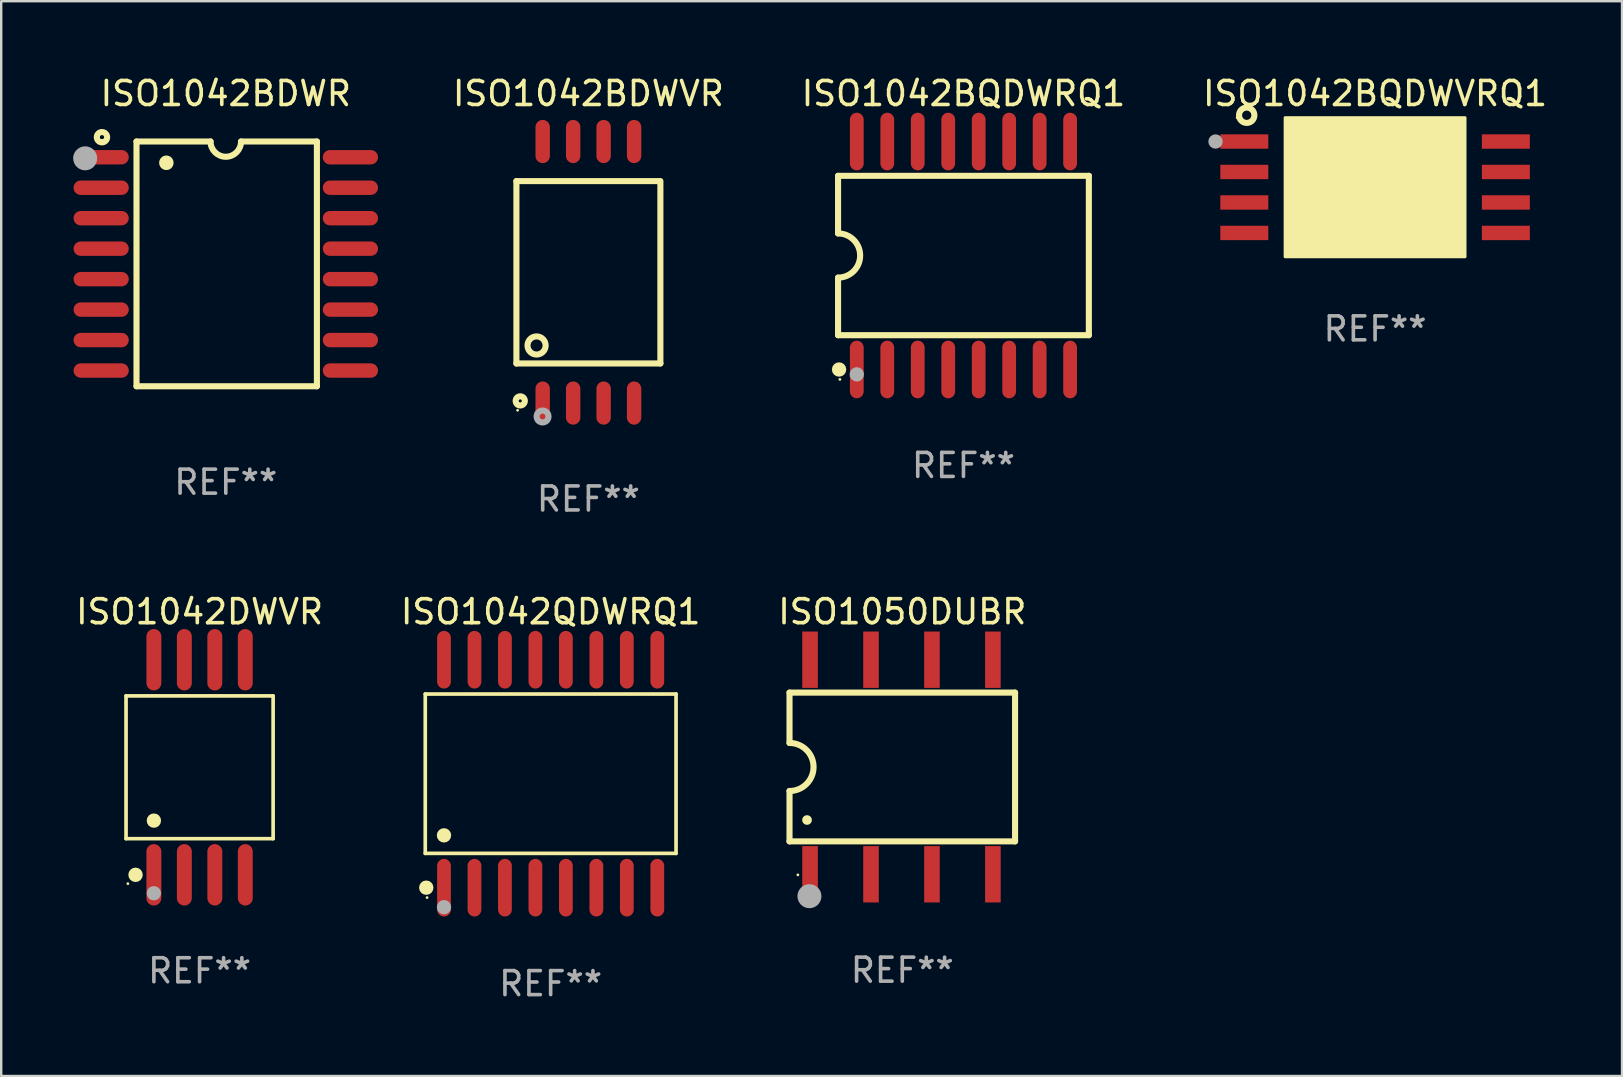
<source format=kicad_pcb>
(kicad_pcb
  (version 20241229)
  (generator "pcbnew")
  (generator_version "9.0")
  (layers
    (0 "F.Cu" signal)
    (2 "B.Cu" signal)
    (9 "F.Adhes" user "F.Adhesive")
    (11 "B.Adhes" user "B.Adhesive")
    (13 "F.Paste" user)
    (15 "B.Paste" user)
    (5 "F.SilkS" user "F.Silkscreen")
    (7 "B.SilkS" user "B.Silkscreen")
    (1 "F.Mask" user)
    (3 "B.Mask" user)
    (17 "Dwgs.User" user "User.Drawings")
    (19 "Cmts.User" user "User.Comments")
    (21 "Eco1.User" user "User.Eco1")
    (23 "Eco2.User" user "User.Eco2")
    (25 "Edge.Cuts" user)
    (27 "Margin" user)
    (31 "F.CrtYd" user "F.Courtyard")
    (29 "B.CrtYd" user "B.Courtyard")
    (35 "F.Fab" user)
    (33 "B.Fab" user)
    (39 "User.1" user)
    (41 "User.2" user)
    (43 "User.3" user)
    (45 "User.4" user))
  (footprint "ISO1042DWVR"
    (layer "F.Cu")
    (at 5.268 28.927)
    (property "Reference" "ISO1042DWVR" (at 0 -6.482 0) (layer "F.SilkS") (effects (font (size 1 1) (thickness 0.15))))
    (attr through_hole)
    (fp_line (start -3.065 -2.975) (end 3.065 -2.975) (stroke (width 0.152) (type solid)) (layer "F.SilkS"))
    (fp_line (start -3.065 2.975) (end -3.065 -2.975) (stroke (width 0.152) (type solid)) (layer "F.SilkS"))
    (fp_line (start 3.065 -2.975) (end 3.065 2.975) (stroke (width 0.152) (type solid)) (layer "F.SilkS"))
    (fp_line (start 3.065 2.975) (end -3.065 2.975) (stroke (width 0.152) (type solid)) (layer "F.SilkS"))
    (fp_circle (center -2.989 4.85) (end -2.959 4.85) (stroke (width 0.06) (type solid)) (fill no) (layer "F.SilkS"))
    (fp_circle (center -2.669 4.482) (end -2.518 4.482) (stroke (width 0.3) (type solid)) (fill no) (layer "F.SilkS"))
    (fp_circle (center -1.905 2.223) (end -1.755 2.223) (stroke (width 0.3) (type solid)) (fill no) (layer "F.SilkS"))
    (fp_circle (center -1.905 5.25) (end -1.755 5.25) (stroke (width 0.3) (type solid)) (fill no) (layer "F.Fab"))
    (fp_text user "REF**" (at 0 8.482 0) (layer "F.Fab") (effects (font (size 1 1) (thickness 0.15))))
    (pad "1" smd oval (at -1.905 4.482) (size 0.622 2.558) (layers "F.Cu" "F.Mask" "F.Paste"))
    (pad "2" smd oval (at -0.635 4.482) (size 0.622 2.558) (layers "F.Cu" "F.Mask" "F.Paste"))
    (pad "3" smd oval (at 0.635 4.482) (size 0.622 2.558) (layers "F.Cu" "F.Mask" "F.Paste"))
    (pad "4" smd oval (at 1.905 4.482) (size 0.622 2.558) (layers "F.Cu" "F.Mask" "F.Paste"))
    (pad "5" smd oval (at 1.905 -4.482) (size 0.622 2.558) (layers "F.Cu" "F.Mask" "F.Paste"))
    (pad "6" smd oval (at 0.635 -4.482) (size 0.622 2.558) (layers "F.Cu" "F.Mask" "F.Paste"))
    (pad "7" smd oval (at -0.635 -4.482) (size 0.622 2.558) (layers "F.Cu" "F.Mask" "F.Paste"))
    (pad "8" smd oval (at -1.905 -4.482) (size 0.622 2.558) (layers "F.Cu" "F.Mask" "F.Paste")))
  (footprint "ISO1042QDWRQ1"
    (layer "F.Cu")
    (at 19.899 29.195)
    (property "Reference" "ISO1042QDWRQ1" (at 0 -6.75 0) (layer "F.SilkS") (effects (font (size 1 1) (thickness 0.15))))
    (attr through_hole)
    (fp_line (start -5.226 -3.321) (end 5.226 -3.321) (stroke (width 0.152) (type solid)) (layer "F.SilkS"))
    (fp_line (start -5.226 3.321) (end -5.226 -3.321) (stroke (width 0.152) (type solid)) (layer "F.SilkS"))
    (fp_line (start 5.226 -3.321) (end 5.226 3.321) (stroke (width 0.152) (type solid)) (layer "F.SilkS"))
    (fp_line (start 5.226 3.321) (end -5.226 3.321) (stroke (width 0.152) (type solid)) (layer "F.SilkS"))
    (fp_circle (center -5.184 4.75) (end -5.034 4.75) (stroke (width 0.3) (type solid)) (fill no) (layer "F.SilkS"))
    (fp_circle (center -5.15 5.163) (end -5.12 5.163) (stroke (width 0.06) (type solid)) (fill no) (layer "F.SilkS"))
    (fp_circle (center -4.445 2.569) (end -4.295 2.569) (stroke (width 0.3) (type solid)) (fill no) (layer "F.SilkS"))
    (fp_circle (center -4.445 5.563) (end -4.295 5.563) (stroke (width 0.3) (type solid)) (fill no) (layer "F.Fab"))
    (fp_text user "REF**" (at 0 8.75 0) (layer "F.Fab") (effects (font (size 1 1) (thickness 0.15))))
    (pad "1" smd oval (at -4.445 4.75) (size 0.574 2.401) (layers "F.Cu" "F.Mask" "F.Paste"))
    (pad "2" smd oval (at -3.175 4.75) (size 0.574 2.401) (layers "F.Cu" "F.Mask" "F.Paste"))
    (pad "3" smd oval (at -1.905 4.75) (size 0.574 2.401) (layers "F.Cu" "F.Mask" "F.Paste"))
    (pad "4" smd oval (at -0.635 4.75) (size 0.574 2.401) (layers "F.Cu" "F.Mask" "F.Paste"))
    (pad "5" smd oval (at 0.635 4.75) (size 0.574 2.401) (layers "F.Cu" "F.Mask" "F.Paste"))
    (pad "6" smd oval (at 1.905 4.75) (size 0.574 2.401) (layers "F.Cu" "F.Mask" "F.Paste"))
    (pad "7" smd oval (at 3.175 4.75) (size 0.574 2.401) (layers "F.Cu" "F.Mask" "F.Paste"))
    (pad "8" smd oval (at 4.445 4.75) (size 0.574 2.401) (layers "F.Cu" "F.Mask" "F.Paste"))
    (pad "9" smd oval (at 4.445 -4.75) (size 0.574 2.401) (layers "F.Cu" "F.Mask" "F.Paste"))
    (pad "10" smd oval (at 3.175 -4.75) (size 0.574 2.401) (layers "F.Cu" "F.Mask" "F.Paste"))
    (pad "11" smd oval (at 1.905 -4.75) (size 0.574 2.401) (layers "F.Cu" "F.Mask" "F.Paste"))
    (pad "12" smd oval (at 0.635 -4.75) (size 0.574 2.401) (layers "F.Cu" "F.Mask" "F.Paste"))
    (pad "13" smd oval (at -0.635 -4.75) (size 0.574 2.401) (layers "F.Cu" "F.Mask" "F.Paste"))
    (pad "14" smd oval (at -1.905 -4.75) (size 0.574 2.401) (layers "F.Cu" "F.Mask" "F.Paste"))
    (pad "15" smd oval (at -3.175 -4.75) (size 0.574 2.401) (layers "F.Cu" "F.Mask" "F.Paste"))
    (pad "16" smd oval (at -4.445 -4.75) (size 0.574 2.401) (layers "F.Cu" "F.Mask" "F.Paste")))
  (footprint "ISO1042BQDWRQ1"
    (layer "F.Cu")
    (at 37.103 7.599)
    (property "Reference" "ISO1042BQDWRQ1" (at 0 -6.75 0) (layer "F.SilkS") (effects (font (size 1 1) (thickness 0.15))))
    (attr through_hole)
    (fp_line (start -5.226 -3.321) (end -5.226 -0.921) (stroke (width 0.254) (type solid)) (layer "F.SilkS"))
    (fp_line (start -5.226 -3.321) (end 5.226 -3.321) (stroke (width 0.254) (type solid)) (layer "F.SilkS"))
    (fp_line (start -5.226 3.321) (end -5.226 0.921) (stroke (width 0.254) (type solid)) (layer "F.SilkS"))
    (fp_line (start 5.226 -3.321) (end 5.226 3.321) (stroke (width 0.254) (type solid)) (layer "F.SilkS"))
    (fp_line (start 5.226 3.321) (end -5.226 3.321) (stroke (width 0.254) (type solid)) (layer "F.SilkS"))
    (fp_arc (start -5.226594 -0.920751) (mid -4.305538 0.000127) (end -5.226238 0.921361) (stroke (width 0.254001) (type solid)) (layer "F.SilkS"))
    (fp_circle (center -5.184 4.75) (end -5.034 4.75) (stroke (width 0.3) (type solid)) (fill no) (layer "F.SilkS"))
    (fp_circle (center -5.15 5.163) (end -5.12 5.163) (stroke (width 0.06) (type solid)) (fill no) (layer "F.SilkS"))
    (fp_circle (center -4.445 4.953) (end -4.295 4.953) (stroke (width 0.3) (type solid)) (fill no) (layer "F.Fab"))
    (fp_text user "REF**" (at 0 8.75 0) (layer "F.Fab") (effects (font (size 1 1) (thickness 0.15))))
    (pad "1" smd oval (at -4.445 4.75) (size 0.574 2.401) (layers "F.Cu" "F.Mask" "F.Paste"))
    (pad "2" smd oval (at -3.175 4.75) (size 0.574 2.401) (layers "F.Cu" "F.Mask" "F.Paste"))
    (pad "3" smd oval (at -1.905 4.75) (size 0.574 2.401) (layers "F.Cu" "F.Mask" "F.Paste"))
    (pad "4" smd oval (at -0.635 4.75) (size 0.574 2.401) (layers "F.Cu" "F.Mask" "F.Paste"))
    (pad "5" smd oval (at 0.635 4.75) (size 0.574 2.401) (layers "F.Cu" "F.Mask" "F.Paste"))
    (pad "6" smd oval (at 1.905 4.75) (size 0.574 2.401) (layers "F.Cu" "F.Mask" "F.Paste"))
    (pad "7" smd oval (at 3.175 4.75) (size 0.574 2.401) (layers "F.Cu" "F.Mask" "F.Paste"))
    (pad "8" smd oval (at 4.445 4.75) (size 0.574 2.401) (layers "F.Cu" "F.Mask" "F.Paste"))
    (pad "9" smd oval (at 4.445 -4.75) (size 0.574 2.401) (layers "F.Cu" "F.Mask" "F.Paste"))
    (pad "10" smd oval (at 3.175 -4.75) (size 0.574 2.401) (layers "F.Cu" "F.Mask" "F.Paste"))
    (pad "11" smd oval (at 1.905 -4.75) (size 0.574 2.401) (layers "F.Cu" "F.Mask" "F.Paste"))
    (pad "12" smd oval (at 0.635 -4.75) (size 0.574 2.401) (layers "F.Cu" "F.Mask" "F.Paste"))
    (pad "13" smd oval (at -0.635 -4.75) (size 0.574 2.401) (layers "F.Cu" "F.Mask" "F.Paste"))
    (pad "14" smd oval (at -1.905 -4.75) (size 0.574 2.401) (layers "F.Cu" "F.Mask" "F.Paste"))
    (pad "15" smd oval (at -3.175 -4.75) (size 0.574 2.401) (layers "F.Cu" "F.Mask" "F.Paste"))
    (pad "16" smd oval (at -4.445 -4.75) (size 0.574 2.401) (layers "F.Cu" "F.Mask" "F.Paste")))
  (footprint "ISO1042BDWR"
    (layer "F.Cu")
    (at 6.36 7.948)
    (property "Reference" "ISO1042BDWR" (at 0 -7.1 0) (layer "F.SilkS") (effects (font (size 1 1) (thickness 0.15))))
    (attr through_hole)
    (fp_line (start -3.721 -5.1) (end -3.721 5.1) (stroke (width 0.254) (type solid)) (layer "F.SilkS"))
    (fp_line (start -3.721 -5.1) (end -0.635 -5.1) (stroke (width 0.254) (type solid)) (layer "F.SilkS"))
    (fp_line (start -3.721 5.1) (end 3.797 5.1) (stroke (width 0.254) (type solid)) (layer "F.SilkS"))
    (fp_line (start 3.797 -5.1) (end 0.635 -5.1) (stroke (width 0.254) (type solid)) (layer "F.SilkS"))
    (fp_line (start 3.797 5.1) (end 3.797 -5.1) (stroke (width 0.254) (type solid)) (layer "F.SilkS"))
    (fp_arc (start -2.476556 -4.211328) (mid -2.476567 -4.213868) (end -2.476556 -4.216408) (stroke (width 0.6) (type solid)) (layer "F.SilkS"))
    (fp_arc (start 0.63495 -5.100076) (mid -0.000178 -4.465329) (end -0.635052 -5.10033) (stroke (width 0.254001) (type solid)) (layer "F.SilkS"))
    (fp_circle (center -5.16 -5.28) (end -4.945 -5.28) (stroke (width 0.254) (type solid)) (fill no) (layer "F.SilkS"))
    (fp_circle (center -5.15 -5.15) (end -5.12 -5.15) (stroke (width 0.06) (type solid)) (fill no) (layer "F.SilkS"))
    (fp_circle (center -5.86 -4.4) (end -5.61 -4.4) (stroke (width 0.5) (type solid)) (fill no) (layer "F.Fab"))
    (fp_text user "REF**" (at 0 9.1 0) (layer "F.Fab") (effects (font (size 1 1) (thickness 0.15))))
    (pad "1" smd oval (at -5.194 -4.445) (size 2.3 0.6) (layers "F.Cu" "F.Mask" "F.Paste"))
    (pad "2" smd oval (at -5.194 -3.175) (size 2.3 0.6) (layers "F.Cu" "F.Mask" "F.Paste"))
    (pad "3" smd oval (at -5.194 -1.905) (size 2.3 0.6) (layers "F.Cu" "F.Mask" "F.Paste"))
    (pad "4" smd oval (at -5.194 -0.635) (size 2.3 0.6) (layers "F.Cu" "F.Mask" "F.Paste"))
    (pad "5" smd oval (at -5.194 0.635) (size 2.3 0.6) (layers "F.Cu" "F.Mask" "F.Paste"))
    (pad "6" smd oval (at -5.194 1.905) (size 2.3 0.6) (layers "F.Cu" "F.Mask" "F.Paste"))
    (pad "7" smd oval (at -5.194 3.175) (size 2.3 0.6) (layers "F.Cu" "F.Mask" "F.Paste"))
    (pad "8" smd oval (at -5.194 4.445) (size 2.3 0.6) (layers "F.Cu" "F.Mask" "F.Paste"))
    (pad "9" smd oval (at 5.194 4.445) (size 2.3 0.6) (layers "F.Cu" "F.Mask" "F.Paste"))
    (pad "10" smd oval (at 5.194 3.175) (size 2.3 0.6) (layers "F.Cu" "F.Mask" "F.Paste"))
    (pad "11" smd oval (at 5.194 1.905) (size 2.3 0.6) (layers "F.Cu" "F.Mask" "F.Paste"))
    (pad "12" smd oval (at 5.194 0.635) (size 2.3 0.6) (layers "F.Cu" "F.Mask" "F.Paste"))
    (pad "13" smd oval (at 5.194 -0.635) (size 2.3 0.6) (layers "F.Cu" "F.Mask" "F.Paste"))
    (pad "14" smd oval (at 5.194 -1.905) (size 2.3 0.6) (layers "F.Cu" "F.Mask" "F.Paste"))
    (pad "15" smd oval (at 5.194 -3.175) (size 2.3 0.6) (layers "F.Cu" "F.Mask" "F.Paste"))
    (pad "16" smd oval (at 5.194 -4.445) (size 2.3 0.6) (layers "F.Cu" "F.Mask" "F.Paste")))
  (footprint "ISO1042BQDWVRQ1"
    (layer "F.Cu")
    (at 54.258 4.753)
    (property "Reference" "ISO1042BQDWVRQ1" (at 0 -3.905 0) (layer "F.SilkS") (effects (font (size 1 1) (thickness 0.15))))
    (attr through_hole)
    (fp_circle (center -5.75 -2.9) (end -5.72 -2.9) (stroke (width 0.06) (type solid)) (fill no) (layer "F.SilkS"))
    (fp_circle (center -5.35 -3) (end -5.03 -3) (stroke (width 0.254) (type solid)) (fill no) (layer "F.SilkS"))
    (fp_circle (center -2.7 -2.05) (end -2.319 -2.05) (stroke (width 0.254) (type solid)) (fill no) (layer "F.SilkS"))
    (fp_poly (pts (xy -3.75 -2.9) (xy 3.75 -2.9) (xy 3.75 2.9) (xy -3.75 2.9)) (stroke (width 0.12) (type solid)) (fill yes) (layer "F.SilkS"))
    (fp_circle (center -6.65 -1.905) (end -6.5 -1.905) (stroke (width 0.3) (type solid)) (fill no) (layer "F.Fab"))
    (fp_text user "REF**" (at 0 5.905 0) (layer "F.Fab") (effects (font (size 1 1) (thickness 0.15))))
    (pad "1" smd rect (at -5.45 -1.905) (size 2 0.6) (layers "F.Cu" "F.Mask" "F.Paste"))
    (pad "2" smd rect (at -5.45 -0.635) (size 2 0.6) (layers "F.Cu" "F.Mask" "F.Paste"))
    (pad "3" smd rect (at -5.45 0.635) (size 2 0.6) (layers "F.Cu" "F.Mask" "F.Paste"))
    (pad "4" smd rect (at -5.45 1.905) (size 2 0.6) (layers "F.Cu" "F.Mask" "F.Paste"))
    (pad "5" smd rect (at 5.45 1.905) (size 2 0.6) (layers "F.Cu" "F.Mask" "F.Paste"))
    (pad "6" smd rect (at 5.45 0.635) (size 2 0.6) (layers "F.Cu" "F.Mask" "F.Paste"))
    (pad "7" smd rect (at 5.45 -0.635) (size 2 0.6) (layers "F.Cu" "F.Mask" "F.Paste"))
    (pad "8" smd rect (at 5.45 -1.905) (size 2 0.6) (layers "F.Cu" "F.Mask" "F.Paste")))
  (footprint "ISO1050DUBR"
    (layer "F.Cu")
    (at 34.554 28.915)
    (property "Reference" "ISO1050DUBR" (at 0 -6.471 0) (layer "F.SilkS") (effects (font (size 1 1) (thickness 0.15))))
    (attr through_hole)
    (fp_line (start -4.7 -3.1) (end 4.7 -3.1) (stroke (width 0.254) (type solid)) (layer "F.SilkS"))
    (fp_line (start -4.7 -1) (end -4.7 -3.1) (stroke (width 0.254) (type solid)) (layer "F.SilkS"))
    (fp_line (start -4.7 3.1) (end -4.7 1) (stroke (width 0.254) (type solid)) (layer "F.SilkS"))
    (fp_line (start 4.7 -3.1) (end 4.7 3.1) (stroke (width 0.254) (type solid)) (layer "F.SilkS"))
    (fp_line (start 4.7 3.1) (end -4.7 3.1) (stroke (width 0.254) (type solid)) (layer "F.SilkS"))
    (fp_arc (start -4.698996 -1.000762) (mid -3.698994 0) (end -4.698997 1.000762) (stroke (width 0.254001) (type solid)) (layer "F.SilkS"))
    (fp_arc (start -3.971387 2.209804) (mid -3.970117 2.2098) (end -3.968847 2.209804) (stroke (width 0.4) (type solid)) (layer "F.SilkS"))
    (fp_circle (center -4.352 4.496) (end -4.322 4.496) (stroke (width 0.06) (type solid)) (fill no) (layer "F.SilkS"))
    (fp_circle (center -3.87 5.385) (end -3.62 5.385) (stroke (width 0.5) (type solid)) (fill no) (layer "F.Fab"))
    (fp_text user "REF**" (at 0 8.471 0) (layer "F.Fab") (effects (font (size 1 1) (thickness 0.15))))
    (pad "1" smd rect (at -3.844 4.471 90) (size 2.35 0.65) (layers "F.Cu" "F.Mask" "F.Paste"))
    (pad "2" smd rect (at -1.304 4.471 90) (size 2.35 0.65) (layers "F.Cu" "F.Mask" "F.Paste"))
    (pad "3" smd rect (at 1.236 4.471 90) (size 2.35 0.65) (layers "F.Cu" "F.Mask" "F.Paste"))
    (pad "4" smd rect (at 3.776 4.471 90) (size 2.35 0.65) (layers "F.Cu" "F.Mask" "F.Paste"))
    (pad "5" smd rect (at 3.776 -4.471 90) (size 2.35 0.65) (layers "F.Cu" "F.Mask" "F.Paste"))
    (pad "6" smd rect (at 1.236 -4.471 90) (size 2.35 0.65) (layers "F.Cu" "F.Mask" "F.Paste"))
    (pad "7" smd rect (at -1.304 -4.471 90) (size 2.35 0.65) (layers "F.Cu" "F.Mask" "F.Paste"))
    (pad "8" smd rect (at -3.844 -4.471 90) (size 2.35 0.65) (layers "F.Cu" "F.Mask" "F.Paste")))
  (footprint "ISO1042BDWVR"
    (layer "F.Cu")
    (at 21.472 8.298)
    (property "Reference" "ISO1042BDWVR" (at 0 -7.45 0) (layer "F.SilkS") (effects (font (size 1 1) (thickness 0.15))))
    (attr through_hole)
    (fp_line (start -3 -3.8) (end -3 3.8) (stroke (width 0.254) (type solid)) (layer "F.SilkS"))
    (fp_line (start -3 -3.8) (end 2.97 -3.8) (stroke (width 0.254) (type solid)) (layer "F.SilkS"))
    (fp_line (start -3 3.8) (end 3 3.8) (stroke (width 0.254) (type solid)) (layer "F.SilkS"))
    (fp_line (start 3 -3.8) (end 3 3.8) (stroke (width 0.254) (type solid)) (layer "F.SilkS"))
    (fp_circle (center -2.95 5.75) (end -2.92 5.75) (stroke (width 0.06) (type solid)) (fill no) (layer "F.SilkS"))
    (fp_circle (center -2.84 5.36) (end -2.649 5.36) (stroke (width 0.254) (type solid)) (fill no) (layer "F.SilkS"))
    (fp_circle (center -2.16 3.05) (end -1.782 3.05) (stroke (width 0.254) (type solid)) (fill no) (layer "F.SilkS"))
    (fp_circle (center -1.91 6.01) (end -1.789 6.01) (stroke (width 0.254) (type solid)) (fill no) (layer "F.Fab"))
    (fp_text user "REF**" (at 0 9.45 0) (layer "F.Fab") (effects (font (size 1 1) (thickness 0.15))))
    (pad "1" smd oval (at -1.905 5.45 180) (size 0.6 1.8) (layers "F.Cu" "F.Mask" "F.Paste"))
    (pad "2" smd oval (at -0.635 5.45 180) (size 0.6 1.8) (layers "F.Cu" "F.Mask" "F.Paste"))
    (pad "3" smd oval (at 0.635 5.45 180) (size 0.6 1.8) (layers "F.Cu" "F.Mask" "F.Paste"))
    (pad "4" smd oval (at 1.905 5.45 180) (size 0.6 1.8) (layers "F.Cu" "F.Mask" "F.Paste"))
    (pad "5" smd oval (at 1.905 -5.45 180) (size 0.6 1.8) (layers "F.Cu" "F.Mask" "F.Paste"))
    (pad "6" smd oval (at 0.635 -5.45 180) (size 0.6 1.8) (layers "F.Cu" "F.Mask" "F.Paste"))
    (pad "7" smd oval (at -0.635 -5.45 180) (size 0.6 1.8) (layers "F.Cu" "F.Mask" "F.Paste"))
    (pad "8" smd oval (at -1.905 -5.45 180) (size 0.6 1.8) (layers "F.Cu" "F.Mask" "F.Paste")))
  (gr_rect
    (start -3 -3)
    (end 64.55 41.794)
    (stroke (width 0.1) (type default))
    (fill no)
    (layer "Edge.Cuts")))
</source>
